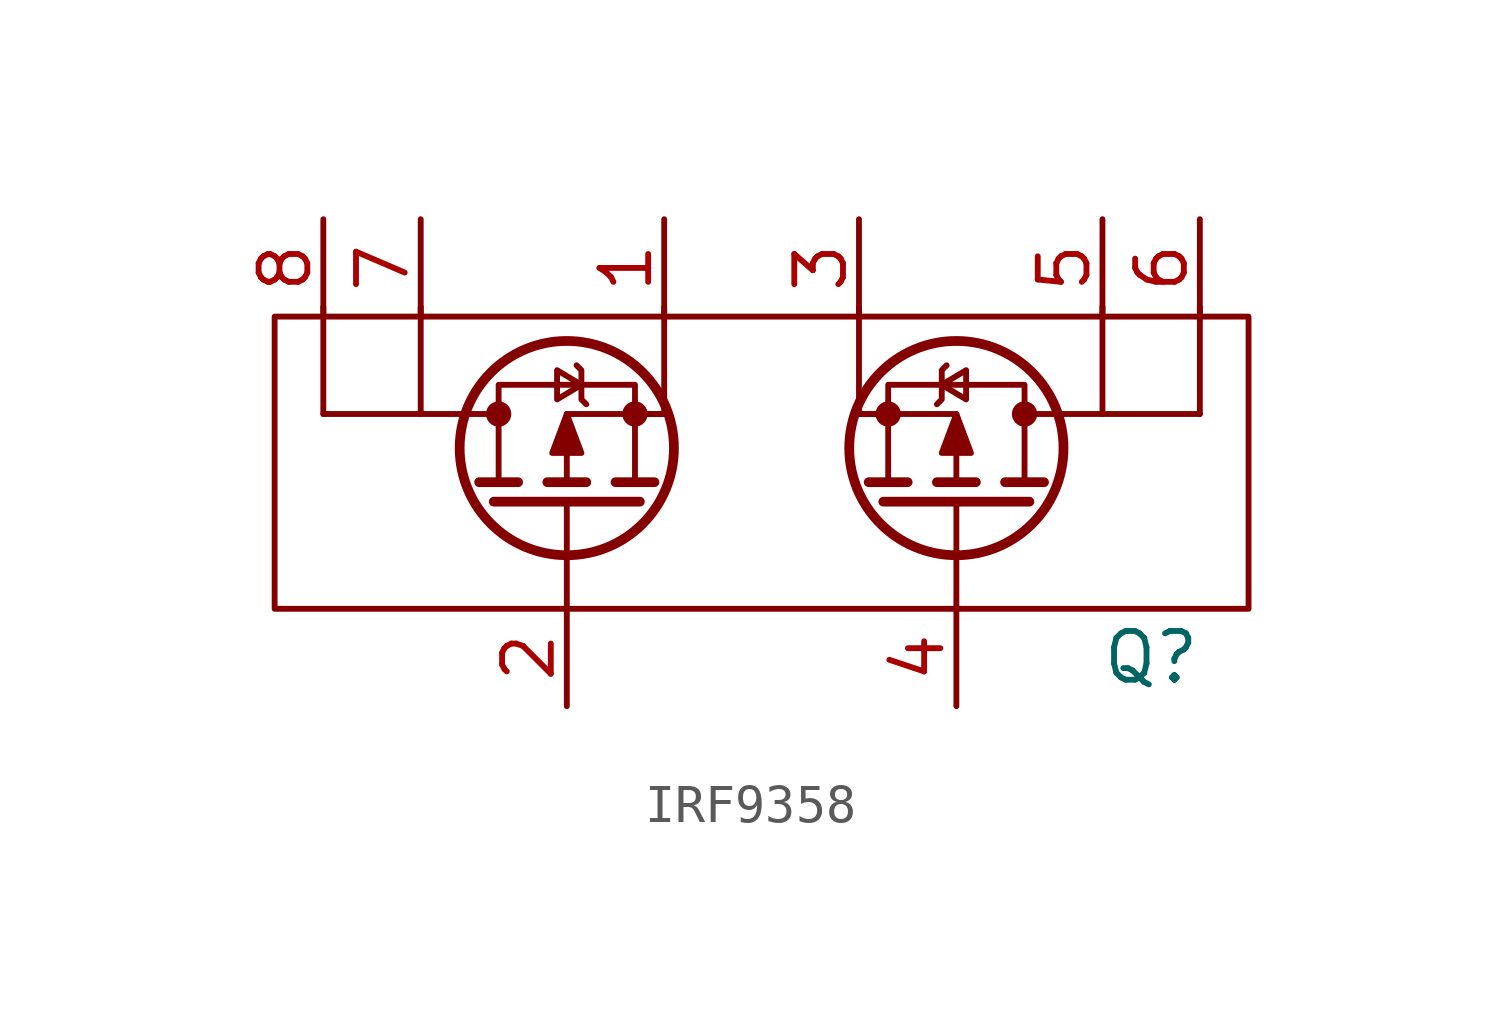
<source format=kicad_sym>
(kicad_symbol_lib
  (version 20220914)
  (generator kicad_symbol_editor)
  (symbol "IRF9358"
    (property "Reference" "Q"
      (at 10.16 -2.54 0)
      (effects (font (size 1.27 1.27))))
    (property "Value" ""
      (at 1.27 0 0)
      (effects (font (size 1.27 1.27))))
    (symbol "IRF9358_0_1"
      (rectangle (start -12.7 6.35) (end 12.7 -1.27) (stroke (width 0) (type default)) (fill (type none)))
      (circle (center -6.858 3.81) (radius 0.254) (stroke (width 0) (type default)) (fill (type outline)))
      (circle (center -5.08 2.921) (radius 2.794) (stroke (width 0.254) (type default)) (fill (type none)))
      (circle (center -3.302 3.81) (radius 0.254) (stroke (width 0) (type default)) (fill (type outline)))
      (polyline (pts (xy -11.43 3.81) (xy -11.43 6.604)) (stroke (width 0) (type default)) (fill (type none)))
      (polyline (pts (xy -11.43 3.81) (xy -6.858 3.81)) (stroke (width 0) (type default)) (fill (type none)))
      (polyline (pts (xy -8.89 3.81) (xy -8.89 6.604)) (stroke (width 0) (type default)) (fill (type none)))
      (polyline (pts (xy -6.35 2.032) (xy -7.366 2.032)) (stroke (width 0.254) (type default)) (fill (type none)))
      (polyline (pts (xy -5.08 -1.27) (xy -5.08 1.524)) (stroke (width 0) (type default)) (fill (type none)))
      (polyline (pts (xy -4.572 2.032) (xy -5.588 2.032)) (stroke (width 0.254) (type default)) (fill (type none)))
      (polyline (pts (xy -3.175 1.524) (xy -6.985 1.524)) (stroke (width 0.254) (type default)) (fill (type none)))
      (polyline (pts (xy -2.794 2.032) (xy -3.81 2.032)) (stroke (width 0.254) (type default)) (fill (type none)))
      (polyline (pts (xy -2.54 3.81) (xy -3.302 3.81)) (stroke (width 0) (type default)) (fill (type none)))
      (polyline (pts (xy -2.54 3.81) (xy -2.54 6.604)) (stroke (width 0) (type default)) (fill (type none)))
      (polyline (pts (xy 2.54 3.81) (xy 2.54 6.604)) (stroke (width 0) (type default)) (fill (type none)))
      (polyline (pts (xy 2.54 3.81) (xy 3.302 3.81)) (stroke (width 0) (type default)) (fill (type none)))
      (polyline (pts (xy 2.794 2.032) (xy 3.81 2.032)) (stroke (width 0.254) (type default)) (fill (type none)))
      (polyline (pts (xy 3.175 1.524) (xy 6.985 1.524)) (stroke (width 0.254) (type default)) (fill (type none)))
      (polyline (pts (xy 4.572 2.032) (xy 5.588 2.032)) (stroke (width 0.254) (type default)) (fill (type none)))
      (polyline (pts (xy 5.08 1.524) (xy 5.08 -1.27)) (stroke (width 0) (type default)) (fill (type none)))
      (polyline (pts (xy 6.35 2.032) (xy 7.366 2.032)) (stroke (width 0.254) (type default)) (fill (type none)))
      (polyline (pts (xy 8.89 3.81) (xy 8.89 6.604)) (stroke (width 0) (type default)) (fill (type none)))
      (polyline (pts (xy 11.43 3.81) (xy 6.858 3.81)) (stroke (width 0) (type default)) (fill (type none)))
      (polyline (pts (xy 11.43 3.81) (xy 11.43 6.604)) (stroke (width 0) (type default)) (fill (type none)))
      (polyline (pts (xy -2.54 3.81) (xy -5.08 3.81) (xy -5.08 2.032)) (stroke (width 0) (type default)) (fill (type none)))
      (polyline (pts (xy 2.54 3.81) (xy 5.08 3.81) (xy 5.08 2.032)) (stroke (width 0) (type default)) (fill (type none)))
      (polyline (pts (xy -6.858 2.032) (xy -6.858 4.572) (xy -3.302 4.572) (xy -3.302 2.032)) (stroke (width 0) (type default)) (fill (type none)))
      (polyline (pts (xy -5.08 3.81) (xy -4.699 2.794) (xy -5.461 2.794) (xy -5.08 3.81)) (stroke (width 0) (type default)) (fill (type outline)))
      (polyline (pts (xy -4.699 4.572) (xy -5.334 4.191) (xy -5.334 4.953) (xy -4.699 4.572)) (stroke (width 0) (type default)) (fill (type none)))
      (polyline (pts (xy -4.572 4.064) (xy -4.699 4.191) (xy -4.699 4.953) (xy -4.826 5.08)) (stroke (width 0) (type default)) (fill (type none)))
      (polyline (pts (xy 4.572 4.064) (xy 4.699 4.191) (xy 4.699 4.953) (xy 4.826 5.08)) (stroke (width 0) (type default)) (fill (type none)))
      (polyline (pts (xy 4.699 4.572) (xy 5.334 4.191) (xy 5.334 4.953) (xy 4.699 4.572)) (stroke (width 0) (type default)) (fill (type none)))
      (polyline (pts (xy 5.08 3.81) (xy 4.699 2.794) (xy 5.461 2.794) (xy 5.08 3.81)) (stroke (width 0) (type default)) (fill (type outline)))
      (polyline (pts (xy 6.858 2.032) (xy 6.858 4.572) (xy 3.302 4.572) (xy 3.302 2.032)) (stroke (width 0) (type default)) (fill (type none)))
      (circle (center 3.302 3.81) (radius 0.254) (stroke (width 0) (type default)) (fill (type outline)))
      (circle (center 5.08 2.921) (radius 2.794) (stroke (width 0.254) (type default)) (fill (type none)))
      (circle (center 6.858 3.81) (radius 0.254) (stroke (width 0) (type default)) (fill (type outline))))
    (symbol "IRF9358_1_1"
      (pin passive line (at -2.54 8.89 270) (length 2.54) (name "" (effects (font (size 1.27 1.27)))) (number "1" (effects (font (size 1.27 1.27)))))
      (pin passive line (at -5.08 -3.81 90) (length 2.54) (name "" (effects (font (size 1.27 1.27)))) (number "2" (effects (font (size 1.27 1.27)))))
      (pin passive line (at 2.54 8.89 270) (length 2.54) (name "" (effects (font (size 1.27 1.27)))) (number "3" (effects (font (size 1.27 1.27)))))
      (pin passive line (at 5.08 -3.81 90) (length 2.54) (name "" (effects (font (size 1.27 1.27)))) (number "4" (effects (font (size 1.27 1.27)))))
      (pin passive line (at 8.89 8.89 270) (length 2.54) (name "" (effects (font (size 1.27 1.27)))) (number "5" (effects (font (size 1.27 1.27)))))
      (pin passive line (at 11.43 8.89 270) (length 2.54) (name "" (effects (font (size 1.27 1.27)))) (number "6" (effects (font (size 1.27 1.27)))))
      (pin passive line (at -8.89 8.89 270) (length 2.54) (name "" (effects (font (size 1.27 1.27)))) (number "7" (effects (font (size 1.27 1.27)))))
      (pin passive line (at -11.43 8.89 270) (length 2.54) (name "" (effects (font (size 1.27 1.27)))) (number "8" (effects (font (size 1.27 1.27))))))))
</source>
